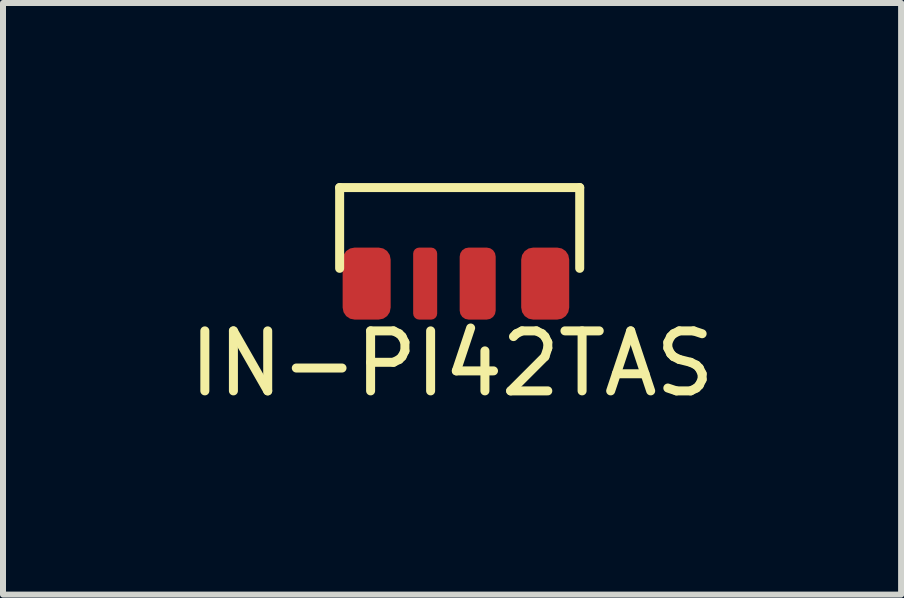
<source format=kicad_pcb>
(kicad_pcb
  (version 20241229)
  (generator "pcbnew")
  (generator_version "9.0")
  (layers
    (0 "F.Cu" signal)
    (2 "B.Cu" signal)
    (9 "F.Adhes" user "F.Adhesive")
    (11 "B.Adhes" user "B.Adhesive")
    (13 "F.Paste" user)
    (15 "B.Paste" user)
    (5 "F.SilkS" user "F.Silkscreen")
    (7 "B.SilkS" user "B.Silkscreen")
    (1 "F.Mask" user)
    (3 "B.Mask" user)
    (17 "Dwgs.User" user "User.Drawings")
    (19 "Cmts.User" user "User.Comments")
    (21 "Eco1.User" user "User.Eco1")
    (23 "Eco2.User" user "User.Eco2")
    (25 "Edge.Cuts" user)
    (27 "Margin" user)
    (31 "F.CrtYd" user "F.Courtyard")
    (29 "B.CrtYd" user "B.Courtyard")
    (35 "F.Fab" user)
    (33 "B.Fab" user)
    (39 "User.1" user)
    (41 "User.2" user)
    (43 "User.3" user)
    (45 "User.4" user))
  (footprint "IN-PI42TAS"
    (layer "F.Cu")
    (at 4.609 1.675)
    (property "Reference" "IN-PI42TAS" (at -0.127 1.333 0) (layer "F.SilkS") (effects (font (size 1 1) (thickness 0.15))))
    (attr through_hole)
    (fp_line (start -2 -1.6) (end 2 -1.6) (stroke (width 0.15) (type solid)) (layer "F.SilkS"))
    (fp_line (start -2 -0.254) (end -2 -1.6) (stroke (width 0.15) (type solid)) (layer "F.SilkS"))
    (fp_line (start 2 -1.6) (end 2 -0.254) (stroke (width 0.15) (type solid)) (layer "F.SilkS"))
    (pad "1" smd roundrect (at 0.3 0) (size 0.6 1.2) (layers "F.Cu" "F.Mask" "F.Paste") (roundrect_rratio 0.25))
    (pad "2" smd roundrect (at -0.575 0) (size 0.4 1.2) (layers "F.Cu" "F.Mask" "F.Paste") (roundrect_rratio 0.25))
    (pad "3" smd roundrect (at -1.55 0) (size 0.8 1.2) (layers "F.Cu" "F.Mask" "F.Paste") (roundrect_rratio 0.25))
    (pad "4" smd roundrect (at 1.425 0) (size 0.8 1.2) (layers "F.Cu" "F.Mask" "F.Paste") (roundrect_rratio 0.25)))
  (gr_rect
    (start -3 -3)
    (end 11.964 6.857)
    (stroke (width 0.1) (type default))
    (fill no)
    (layer "Edge.Cuts")))
</source>
